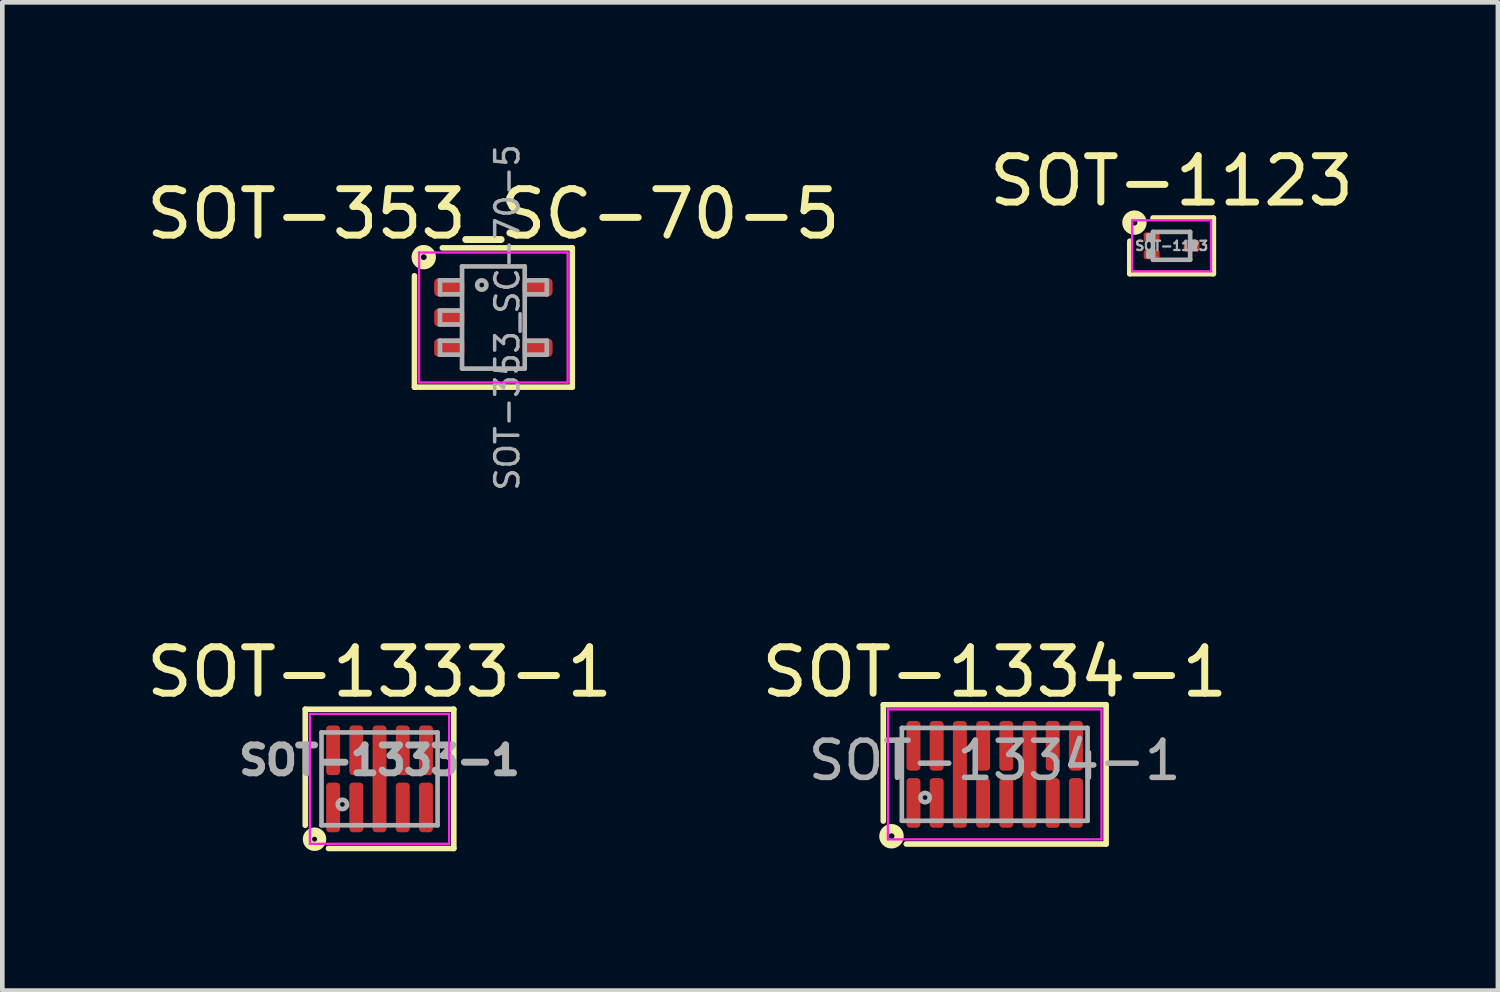
<source format=kicad_pcb>
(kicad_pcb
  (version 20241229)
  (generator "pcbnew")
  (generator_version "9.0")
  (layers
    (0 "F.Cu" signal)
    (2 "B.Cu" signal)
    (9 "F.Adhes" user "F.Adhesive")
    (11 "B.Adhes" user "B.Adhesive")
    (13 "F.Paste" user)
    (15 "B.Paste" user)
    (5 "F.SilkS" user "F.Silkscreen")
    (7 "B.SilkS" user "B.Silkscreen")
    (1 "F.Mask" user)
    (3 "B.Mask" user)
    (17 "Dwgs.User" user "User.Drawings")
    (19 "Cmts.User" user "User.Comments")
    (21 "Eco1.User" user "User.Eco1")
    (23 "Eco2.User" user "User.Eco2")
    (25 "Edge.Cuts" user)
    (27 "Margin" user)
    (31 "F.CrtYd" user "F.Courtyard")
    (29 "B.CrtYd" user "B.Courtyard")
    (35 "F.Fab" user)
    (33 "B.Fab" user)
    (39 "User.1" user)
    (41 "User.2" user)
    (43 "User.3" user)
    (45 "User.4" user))
  (footprint "SOT-1334-1"
    (layer "F.Cu")
    (at 18.375 13.629)
    (property "Reference" "SOT-1334-1" (at 0 -2.203 0) (layer "F.SilkS") (effects (font (size 1 1) (thickness 0.15))))
    (attr smd)
    (fp_line (start -2.4 -1.5) (end -2.4 1.006) (stroke (width 0.12) (type solid)) (layer "F.SilkS"))
    (fp_line (start -1.905 1.5) (end 2.4 1.5) (stroke (width 0.12) (type solid)) (layer "F.SilkS"))
    (fp_line (start 2.4 -1.5) (end -2.4 -1.5) (stroke (width 0.12) (type solid)) (layer "F.SilkS"))
    (fp_line (start 2.4 1.5) (end 2.4 -1.5) (stroke (width 0.12) (type solid)) (layer "F.SilkS"))
    (fp_circle (center -2.223 1.333) (end -2.159 1.333) (stroke (width 0.2) (type solid)) (fill no) (layer "F.SilkS"))
    (fp_line (start -2.3 -1.4) (end 2.3 -1.4) (stroke (width 0.05) (type solid)) (layer "F.CrtYd"))
    (fp_line (start -2.3 1.4) (end -2.3 -1.4) (stroke (width 0.05) (type solid)) (layer "F.CrtYd"))
    (fp_line (start 2.3 -1.4) (end 2.3 1.4) (stroke (width 0.05) (type solid)) (layer "F.CrtYd"))
    (fp_line (start 2.3 1.4) (end -2.3 1.4) (stroke (width 0.05) (type solid)) (layer "F.CrtYd"))
    (fp_line (start -2 -1) (end 2 -1) (stroke (width 0.1) (type solid)) (layer "F.Fab"))
    (fp_line (start -2 1) (end -2 -1) (stroke (width 0.1) (type solid)) (layer "F.Fab"))
    (fp_line (start 2 -1) (end 2 1) (stroke (width 0.1) (type solid)) (layer "F.Fab"))
    (fp_line (start 2 1) (end -2 1) (stroke (width 0.1) (type solid)) (layer "F.Fab"))
    (fp_circle (center -1.5 0.5) (end -1.4 0.5) (stroke (width 0.1) (type solid)) (fill no) (layer "F.Fab"))
    (fp_text user "${REFERENCE}" (at 0 -0.3 0) (layer "F.Fab") (effects (font (size 0.8 0.8) (thickness 0.12))))
    (pad "1" smd roundrect (at -1.75 0.615) (size 0.3 1.07) (layers "F.Cu" "F.Mask" "F.Paste") (roundrect_rratio 0.25))
    (pad "2" smd roundrect (at -1.25 0.615) (size 0.3 1.07) (layers "F.Cu" "F.Mask" "F.Paste") (roundrect_rratio 0.25))
    (pad "3" smd roundrect (at -0.75 0) (size 0.3 2.3) (layers "F.Cu" "F.Mask" "F.Paste") (roundrect_rratio 0.25))
    (pad "4" smd roundrect (at -0.25 0.615) (size 0.3 1.07) (layers "F.Cu" "F.Mask" "F.Paste") (roundrect_rratio 0.25))
    (pad "5" smd roundrect (at 0.25 0.615) (size 0.3 1.07) (layers "F.Cu" "F.Mask" "F.Paste") (roundrect_rratio 0.25))
    (pad "6" smd roundrect (at 0.75 0) (size 0.3 2.3) (layers "F.Cu" "F.Mask" "F.Paste") (roundrect_rratio 0.25))
    (pad "7" smd roundrect (at 1.25 0.615) (size 0.3 1.07) (layers "F.Cu" "F.Mask" "F.Paste") (roundrect_rratio 0.25))
    (pad "8" smd roundrect (at 1.75 0.615) (size 0.3 1.07) (layers "F.Cu" "F.Mask" "F.Paste") (roundrect_rratio 0.25))
    (pad "9" smd roundrect (at 1.75 -0.615) (size 0.3 1.07) (layers "F.Cu" "F.Mask" "F.Paste") (roundrect_rratio 0.25))
    (pad "10" smd roundrect (at 1.25 -0.615) (size 0.3 1.07) (layers "F.Cu" "F.Mask" "F.Paste") (roundrect_rratio 0.25))
    (pad "11" smd roundrect (at 0.25 -0.615) (size 0.3 1.07) (layers "F.Cu" "F.Mask" "F.Paste") (roundrect_rratio 0.25))
    (pad "12" smd roundrect (at -0.25 -0.615) (size 0.3 1.07) (layers "F.Cu" "F.Mask" "F.Paste") (roundrect_rratio 0.25))
    (pad "13" smd roundrect (at -1.25 -0.615) (size 0.3 1.07) (layers "F.Cu" "F.Mask" "F.Paste") (roundrect_rratio 0.25))
    (pad "14" smd roundrect (at -1.75 -0.615) (size 0.3 1.07) (layers "F.Cu" "F.Mask" "F.Paste") (roundrect_rratio 0.25)))
  (footprint "SOT-1333-1"
    (layer "F.Cu")
    (at 5.125 13.726)
    (property "Reference" "SOT-1333-1" (at 0 -2.3 0) (layer "F.SilkS") (effects (font (size 1 1) (thickness 0.15))))
    (attr smd)
    (fp_line (start -1.6 -1.5) (end -1.6 1) (stroke (width 0.12) (type solid)) (layer "F.SilkS"))
    (fp_line (start -1.1 1.5) (end 1.6 1.5) (stroke (width 0.12) (type solid)) (layer "F.SilkS"))
    (fp_line (start 1.6 -1.5) (end -1.6 -1.5) (stroke (width 0.12) (type solid)) (layer "F.SilkS"))
    (fp_line (start 1.6 1.5) (end 1.6 -1.5) (stroke (width 0.12) (type solid)) (layer "F.SilkS"))
    (fp_circle (center -1.4 1.3) (end -1.347 1.3) (stroke (width 0.2) (type solid)) (fill no) (layer "F.SilkS"))
    (fp_line (start -1.5 -1.4) (end 1.5 -1.4) (stroke (width 0.05) (type solid)) (layer "F.CrtYd"))
    (fp_line (start -1.5 1.4) (end -1.5 -1.4) (stroke (width 0.05) (type solid)) (layer "F.CrtYd"))
    (fp_line (start 1.5 -1.4) (end 1.5 1.4) (stroke (width 0.05) (type solid)) (layer "F.CrtYd"))
    (fp_line (start 1.5 1.4) (end -1.5 1.4) (stroke (width 0.05) (type solid)) (layer "F.CrtYd"))
    (fp_line (start -1.25 -1) (end 1.25 -1) (stroke (width 0.1) (type solid)) (layer "F.Fab"))
    (fp_line (start -1.25 1) (end -1.25 -1) (stroke (width 0.1) (type solid)) (layer "F.Fab"))
    (fp_line (start 1.25 -1) (end 1.25 1) (stroke (width 0.1) (type solid)) (layer "F.Fab"))
    (fp_line (start 1.25 1) (end -1.25 1) (stroke (width 0.1) (type solid)) (layer "F.Fab"))
    (fp_circle (center -0.8 0.55) (end -0.7 0.55) (stroke (width 0.1) (type solid)) (fill no) (layer "F.Fab"))
    (fp_text user "${REFERENCE}" (at 0 -0.4 0) (layer "F.Fab") (effects (font (size 0.6 0.6) (thickness 0.15))))
    (pad "1" smd roundrect (at -1 0.615) (size 0.3 1.07) (layers "F.Cu" "F.Mask" "F.Paste") (roundrect_rratio 0.25))
    (pad "2" smd roundrect (at -0.5 0.615) (size 0.3 1.07) (layers "F.Cu" "F.Mask" "F.Paste") (roundrect_rratio 0.25))
    (pad "3" smd roundrect (at 0 0) (size 0.3 2.3) (layers "F.Cu" "F.Mask" "F.Paste") (roundrect_rratio 0.25))
    (pad "4" smd roundrect (at 0.5 0.615) (size 0.3 1.07) (layers "F.Cu" "F.Mask" "F.Paste") (roundrect_rratio 0.25))
    (pad "5" smd roundrect (at 1 0.615) (size 0.3 1.07) (layers "F.Cu" "F.Mask" "F.Paste") (roundrect_rratio 0.25))
    (pad "6" smd roundrect (at 1 -0.615) (size 0.3 1.07) (layers "F.Cu" "F.Mask" "F.Paste") (roundrect_rratio 0.25))
    (pad "7" smd roundrect (at 0.5 -0.615) (size 0.3 1.07) (layers "F.Cu" "F.Mask" "F.Paste") (roundrect_rratio 0.25))
    (pad "8" smd roundrect (at -0.5 -0.615) (size 0.3 1.07) (layers "F.Cu" "F.Mask" "F.Paste") (roundrect_rratio 0.25))
    (pad "9" smd roundrect (at -1 -0.615) (size 0.3 1.07) (layers "F.Cu" "F.Mask" "F.Paste") (roundrect_rratio 0.25)))
  (footprint "SOT-353_SC-70-5"
    (layer "F.Cu")
    (at 7.577 3.789)
    (property "Reference" "SOT-353_SC-70-5" (at 0 -2.23 0) (layer "F.SilkS") (effects (font (size 1 1) (thickness 0.15))))
    (attr smd)
    (fp_line (start -1.7 -0.9) (end -1.7 1.5) (stroke (width 0.12) (type solid)) (layer "F.SilkS"))
    (fp_line (start -1.7 1.5) (end 1.7 1.5) (stroke (width 0.12) (type solid)) (layer "F.SilkS"))
    (fp_line (start 1.7 -1.5) (end -1.1 -1.5) (stroke (width 0.12) (type solid)) (layer "F.SilkS"))
    (fp_line (start 1.7 1.5) (end 1.7 -1.5) (stroke (width 0.12) (type solid)) (layer "F.SilkS"))
    (fp_circle (center -1.5 -1.3) (end -1.437 -1.3) (stroke (width 0.2) (type solid)) (fill no) (layer "F.SilkS"))
    (fp_line (start -1.6 -1.4) (end -1.6 1.4) (stroke (width 0.05) (type solid)) (layer "F.CrtYd"))
    (fp_line (start -1.6 -1.4) (end 1.6 -1.4) (stroke (width 0.05) (type solid)) (layer "F.CrtYd"))
    (fp_line (start -1.6 1.4) (end 1.6 1.4) (stroke (width 0.05) (type solid)) (layer "F.CrtYd"))
    (fp_line (start 1.6 1.4) (end 1.6 -1.4) (stroke (width 0.05) (type solid)) (layer "F.CrtYd"))
    (fp_line (start -1.15 -0.8) (end -1.15 -0.5) (stroke (width 0.1) (type solid)) (layer "F.Fab"))
    (fp_line (start -1.15 -0.8) (end -0.7 -0.8) (stroke (width 0.1) (type solid)) (layer "F.Fab"))
    (fp_line (start -1.15 -0.5) (end -0.7 -0.5) (stroke (width 0.1) (type solid)) (layer "F.Fab"))
    (fp_line (start -1.15 -0.15) (end -1.15 0.15) (stroke (width 0.1) (type solid)) (layer "F.Fab"))
    (fp_line (start -1.15 -0.15) (end -0.7 -0.15) (stroke (width 0.1) (type solid)) (layer "F.Fab"))
    (fp_line (start -1.15 0.15) (end -0.7 0.15) (stroke (width 0.1) (type solid)) (layer "F.Fab"))
    (fp_line (start -1.15 0.5) (end -1.15 0.8) (stroke (width 0.1) (type solid)) (layer "F.Fab"))
    (fp_line (start -1.15 0.5) (end -0.7 0.5) (stroke (width 0.1) (type solid)) (layer "F.Fab"))
    (fp_line (start -1.15 0.8) (end -0.7 0.8) (stroke (width 0.1) (type solid)) (layer "F.Fab"))
    (fp_line (start -0.675 -1.1) (end -0.675 1.1) (stroke (width 0.1) (type solid)) (layer "F.Fab"))
    (fp_line (start 0.675 -1.1) (end -0.675 -1.1) (stroke (width 0.1) (type solid)) (layer "F.Fab"))
    (fp_line (start 0.675 -1.1) (end 0.675 1.1) (stroke (width 0.1) (type solid)) (layer "F.Fab"))
    (fp_line (start 0.675 1.1) (end -0.675 1.1) (stroke (width 0.1) (type solid)) (layer "F.Fab"))
    (fp_line (start 1.15 -0.8) (end 0.7 -0.8) (stroke (width 0.1) (type solid)) (layer "F.Fab"))
    (fp_line (start 1.15 -0.5) (end 0.7 -0.5) (stroke (width 0.1) (type solid)) (layer "F.Fab"))
    (fp_line (start 1.15 -0.5) (end 1.15 -0.8) (stroke (width 0.1) (type solid)) (layer "F.Fab"))
    (fp_line (start 1.15 0.5) (end 0.7 0.5) (stroke (width 0.1) (type solid)) (layer "F.Fab"))
    (fp_line (start 1.15 0.8) (end 0.7 0.8) (stroke (width 0.1) (type solid)) (layer "F.Fab"))
    (fp_line (start 1.15 0.8) (end 1.15 0.5) (stroke (width 0.1) (type solid)) (layer "F.Fab"))
    (fp_circle (center -0.25 -0.7) (end -0.15 -0.7) (stroke (width 0.1) (type solid)) (fill no) (layer "F.Fab"))
    (fp_text user "${REFERENCE}" (at 0.3 0 90) (layer "F.Fab") (effects (font (size 0.5 0.5) (thickness 0.075))))
    (pad "1" smd roundrect (at -0.95 -0.65) (size 0.65 0.4) (layers "F.Cu" "F.Mask" "F.Paste") (roundrect_rratio 0.25))
    (pad "2" smd roundrect (at -0.95 0) (size 0.65 0.4) (layers "F.Cu" "F.Mask" "F.Paste") (roundrect_rratio 0.25))
    (pad "3" smd roundrect (at -0.95 0.65) (size 0.65 0.4) (layers "F.Cu" "F.Mask" "F.Paste") (roundrect_rratio 0.25))
    (pad "4" smd roundrect (at 0.95 0.65) (size 0.65 0.4) (layers "F.Cu" "F.Mask" "F.Paste") (roundrect_rratio 0.25))
    (pad "5" smd roundrect (at 0.95 -0.65) (size 0.65 0.4) (layers "F.Cu" "F.Mask" "F.Paste") (roundrect_rratio 0.25)))
  (footprint "SOT-1123"
    (layer "F.Cu")
    (at 22.185 2.245)
    (property "Reference" "SOT-1123" (at 0 -1.397 0) (layer "F.SilkS") (effects (font (size 1 1) (thickness 0.15))))
    (attr smd)
    (fp_line (start -0.9 -0.1) (end -0.9 0.6) (stroke (width 0.12) (type solid)) (layer "F.SilkS"))
    (fp_line (start -0.9 0.6) (end 0.9 0.6) (stroke (width 0.12) (type solid)) (layer "F.SilkS"))
    (fp_line (start 0.9 -0.6) (end -0.4 -0.6) (stroke (width 0.12) (type solid)) (layer "F.SilkS"))
    (fp_line (start 0.9 0.6) (end 0.9 -0.6) (stroke (width 0.12) (type solid)) (layer "F.SilkS"))
    (fp_circle (center -0.8 -0.5) (end -0.737 -0.5) (stroke (width 0.2) (type solid)) (fill no) (layer "F.SilkS"))
    (fp_line (start -0.85 -0.55) (end 0.85 -0.55) (stroke (width 0.05) (type solid)) (layer "F.CrtYd"))
    (fp_line (start -0.85 0.55) (end -0.85 -0.55) (stroke (width 0.05) (type solid)) (layer "F.CrtYd"))
    (fp_line (start 0.85 -0.55) (end 0.85 0.55) (stroke (width 0.05) (type solid)) (layer "F.CrtYd"))
    (fp_line (start 0.85 0.55) (end -0.85 0.55) (stroke (width 0.05) (type solid)) (layer "F.CrtYd"))
    (fp_line (start -0.5 -0.225) (end -0.4 -0.225) (stroke (width 0.1) (type solid)) (layer "F.Fab"))
    (fp_line (start -0.5 -0.15) (end -0.5 -0.225) (stroke (width 0.1) (type solid)) (layer "F.Fab"))
    (fp_line (start -0.5 0.15) (end -0.4 0.15) (stroke (width 0.1) (type solid)) (layer "F.Fab"))
    (fp_line (start -0.5 0.225) (end -0.5 0.15) (stroke (width 0.1) (type solid)) (layer "F.Fab"))
    (fp_line (start -0.4 -0.3) (end -0.4 0.3) (stroke (width 0.1) (type solid)) (layer "F.Fab"))
    (fp_line (start -0.4 -0.15) (end -0.5 -0.15) (stroke (width 0.1) (type solid)) (layer "F.Fab"))
    (fp_line (start -0.4 0.225) (end -0.5 0.225) (stroke (width 0.1) (type solid)) (layer "F.Fab"))
    (fp_line (start -0.4 0.3) (end 0.4 0.3) (stroke (width 0.1) (type solid)) (layer "F.Fab"))
    (fp_line (start 0.4 -0.3) (end -0.4 -0.3) (stroke (width 0.1) (type solid)) (layer "F.Fab"))
    (fp_line (start 0.4 -0.05) (end 0.5 -0.05) (stroke (width 0.1) (type solid)) (layer "F.Fab"))
    (fp_line (start 0.4 0.3) (end 0.4 -0.3) (stroke (width 0.1) (type solid)) (layer "F.Fab"))
    (fp_line (start 0.5 -0.05) (end 0.5 0.05) (stroke (width 0.1) (type solid)) (layer "F.Fab"))
    (fp_line (start 0.5 0.05) (end 0.4 0.05) (stroke (width 0.1) (type solid)) (layer "F.Fab"))
    (fp_text user "${REFERENCE}" (at 0 0 0) (layer "F.Fab") (effects (font (size 0.2 0.2) (thickness 0.05))))
    (pad "1" smd roundrect (at -0.43 -0.19) (size 0.34 0.2) (layers "F.Cu" "F.Mask" "F.Paste") (roundrect_rratio 0.25))
    (pad "2" smd roundrect (at -0.43 0.19) (size 0.34 0.2) (layers "F.Cu" "F.Mask" "F.Paste") (roundrect_rratio 0.25))
    (pad "3" smd roundrect (at 0.43 0) (size 0.34 0.26) (layers "F.Cu" "F.Mask" "F.Paste") (roundrect_rratio 0.25)))
  (gr_rect
    (start -3 -3)
    (end 29.214 18.286)
    (stroke (width 0.1) (type default))
    (fill no)
    (layer "Edge.Cuts")))
</source>
